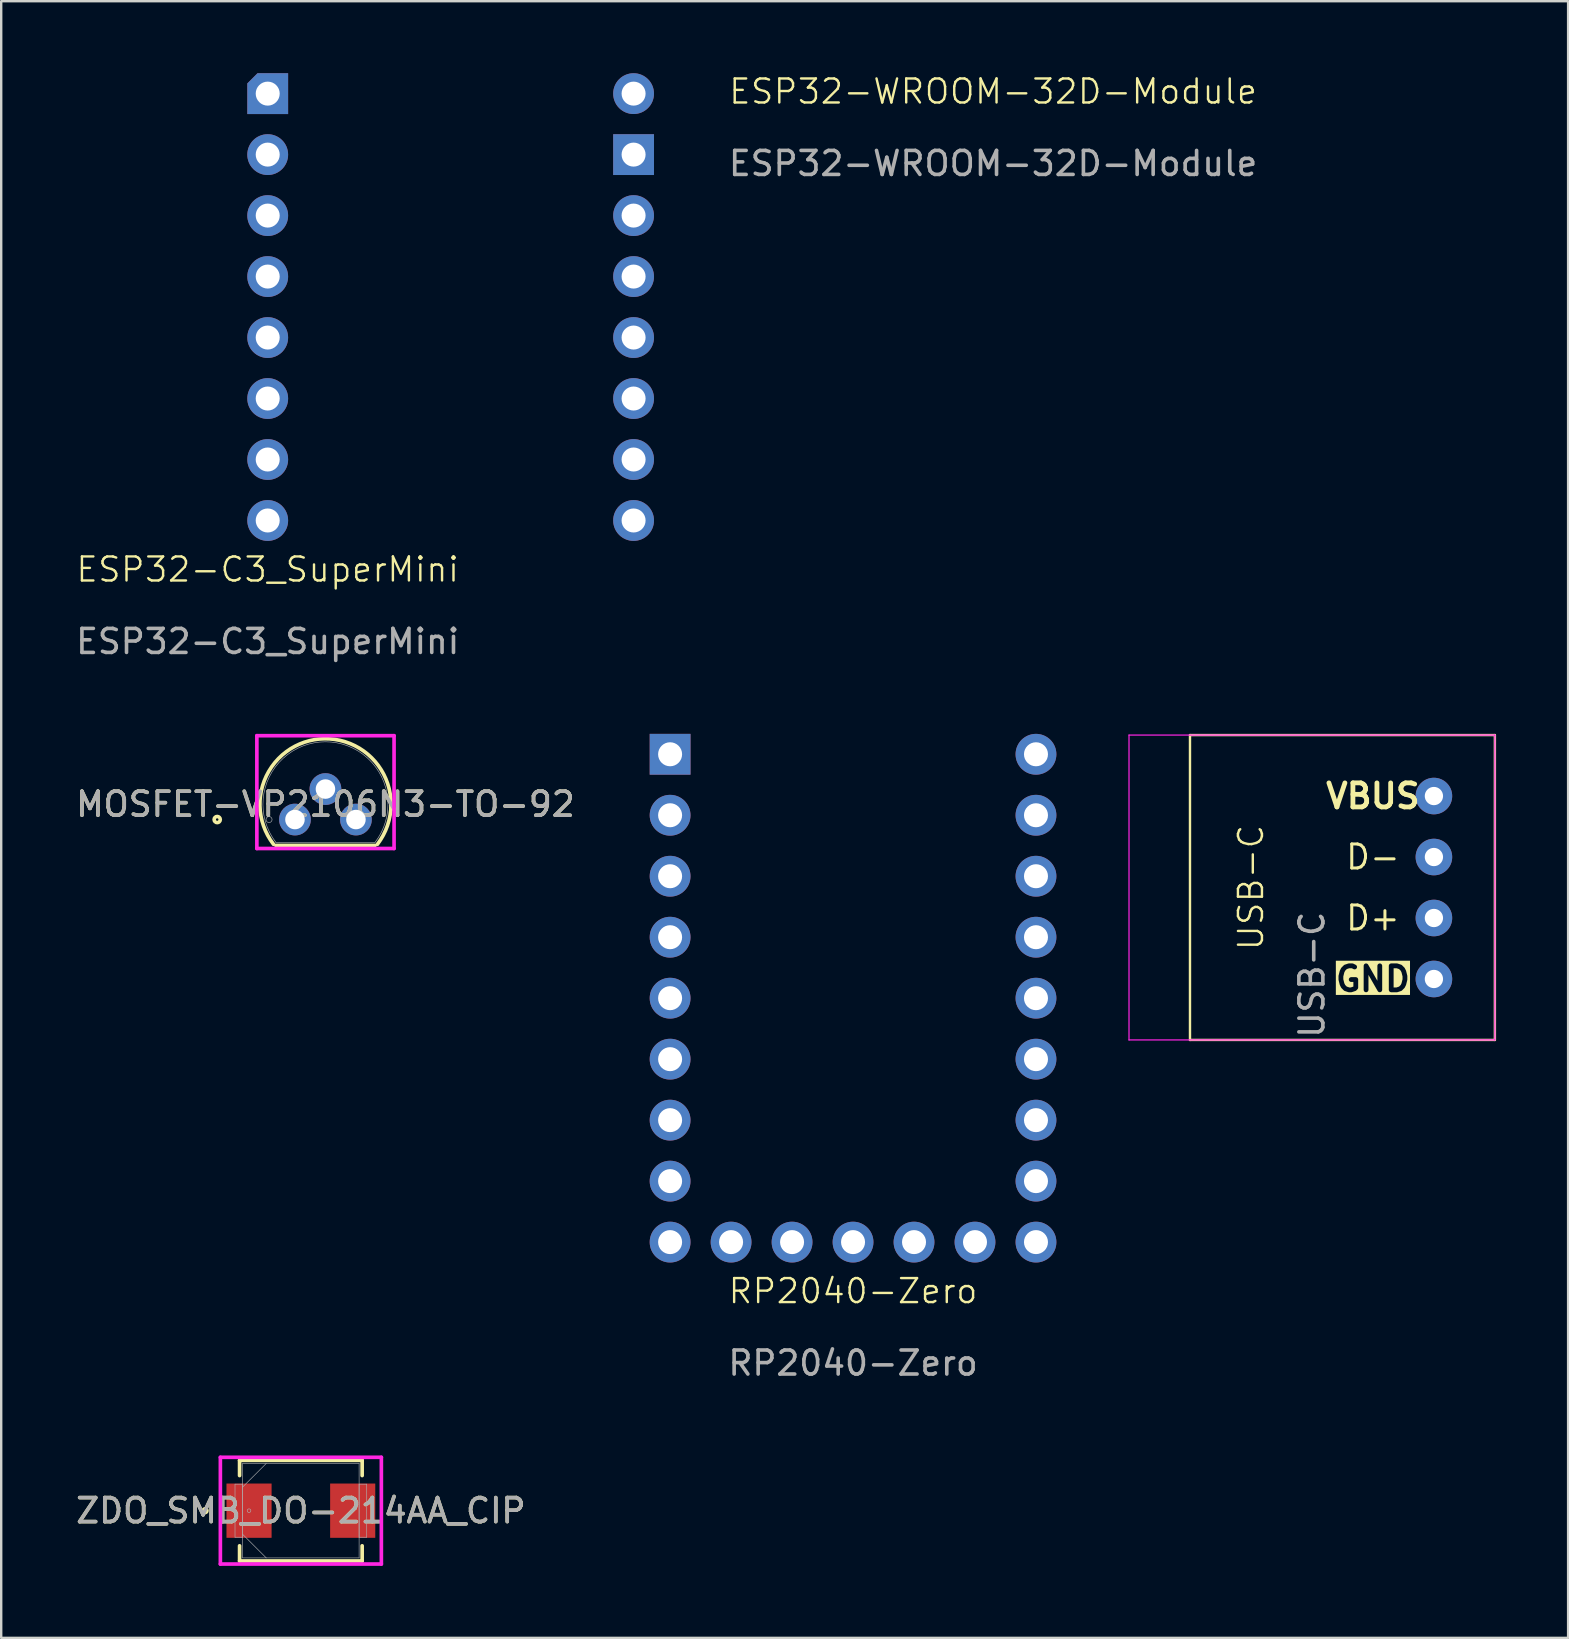
<source format=kicad_pcb>
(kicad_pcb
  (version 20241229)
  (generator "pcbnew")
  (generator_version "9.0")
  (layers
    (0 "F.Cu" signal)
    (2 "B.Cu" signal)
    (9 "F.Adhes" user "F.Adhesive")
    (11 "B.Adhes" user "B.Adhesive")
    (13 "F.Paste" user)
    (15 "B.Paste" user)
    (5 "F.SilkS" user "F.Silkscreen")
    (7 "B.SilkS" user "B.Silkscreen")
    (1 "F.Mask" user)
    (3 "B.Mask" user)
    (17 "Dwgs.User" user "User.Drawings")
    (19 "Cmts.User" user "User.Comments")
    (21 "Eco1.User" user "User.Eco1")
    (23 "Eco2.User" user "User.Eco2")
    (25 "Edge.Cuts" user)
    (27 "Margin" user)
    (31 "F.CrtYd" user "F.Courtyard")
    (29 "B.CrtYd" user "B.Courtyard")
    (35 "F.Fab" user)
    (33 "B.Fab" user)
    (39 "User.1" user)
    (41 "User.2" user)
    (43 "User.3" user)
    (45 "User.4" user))
  (footprint "ESP32-C3_SuperMini"
    (layer "F.Cu")
    (at 8.101 21.17)
    (property "Reference" "ESP32-C3_SuperMini" (at 0 -0.5 0) (unlocked yes) (layer "F.SilkS") (effects (font (size 1 1) (thickness 0.1))))
    (attr through_hole)
    (fp_text user "${REFERENCE}" (at 0 2.5 0) (unlocked yes) (layer "F.Fab") (effects (font (size 1 1) (thickness 0.15))))
    (pad "1" thru_hole roundrect (at 0 -20.32) (size 1.7 1.7) (drill 1) (layers "*.Cu" "*.Mask") (roundrect_rratio 0) (chamfer_ratio 0.25) (chamfer top_left))
    (pad "2" thru_hole oval (at 0 -17.78) (size 1.7 1.7) (drill 1) (layers "*.Cu" "*.Mask"))
    (pad "3" thru_hole oval (at 0 -15.24) (size 1.7 1.7) (drill 1) (layers "*.Cu" "*.Mask"))
    (pad "4" thru_hole oval (at 0 -12.7) (size 1.7 1.7) (drill 1) (layers "*.Cu" "*.Mask"))
    (pad "5" thru_hole oval (at 0 -10.16) (size 1.7 1.7) (drill 1) (layers "*.Cu" "*.Mask"))
    (pad "6" thru_hole oval (at 0 -7.62) (size 1.7 1.7) (drill 1) (layers "*.Cu" "*.Mask"))
    (pad "7" thru_hole oval (at 0 -5.08) (size 1.7 1.7) (drill 1) (layers "*.Cu" "*.Mask"))
    (pad "8" thru_hole oval (at 0 -2.54) (size 1.7 1.7) (drill 1) (layers "*.Cu" "*.Mask"))
    (pad "9" thru_hole oval (at 15.24 -2.54) (size 1.7 1.7) (drill 1) (layers "*.Cu" "*.Mask"))
    (pad "10" thru_hole oval (at 15.24 -5.08) (size 1.7 1.7) (drill 1) (layers "*.Cu" "*.Mask"))
    (pad "11" thru_hole oval (at 15.24 -7.62) (size 1.7 1.7) (drill 1) (layers "*.Cu" "*.Mask"))
    (pad "12" thru_hole oval (at 15.24 -10.16) (size 1.7 1.7) (drill 1) (layers "*.Cu" "*.Mask"))
    (pad "13" thru_hole oval (at 15.24 -12.7) (size 1.7 1.7) (drill 1) (layers "*.Cu" "*.Mask"))
    (pad "14" thru_hole oval (at 15.24 -15.24) (size 1.7 1.7) (drill 1) (layers "*.Cu" "*.Mask"))
    (pad "15" thru_hole rect (at 15.24 -17.78) (size 1.7 1.7) (drill 1) (layers "*.Cu" "*.Mask"))
    (pad "16" thru_hole oval (at 15.24 -20.32) (size 1.7 1.7) (drill 1) (layers "*.Cu" "*.Mask")))
  (footprint "ESP32-WROOM-32D-Module"
    (layer "F.Cu")
    (at 38.316 1.26)
    (property "Reference" "ESP32-WROOM-32D-Module" (at 0 -0.5 0) (unlocked yes) (layer "F.SilkS") (effects (font (size 1 1) (thickness 0.1))))
    (attr smd)
    (fp_text user "${REFERENCE}" (at 0 2.5 0) (unlocked yes) (layer "F.Fab") (effects (font (size 1 1) (thickness 0.15)))))
  (footprint "MOSFET-VP2106N3-TO-92"
    (layer "F.Cu")
    (at 9.236 31.087)
    (property "Reference" "MOSFET-VP2106N3-TO-92" (at 1.27 -0.635 0) (unlocked yes) (layer "F.SilkS") (effects (font (size 1 1) (thickness 0.15))))
    (attr through_hole)
    (fp_line (start -0.794 1.079) (end 3.334 1.079) (stroke (width 0.152) (type solid)) (layer "F.SilkS"))
    (fp_arc (start -0.894167 1.029936) (mid 0.39069 -3.220042) (end 4.0005 -0.635) (stroke (width 0.1524) (type solid)) (layer "F.SilkS"))
    (fp_arc (start 4.0005 -0.634999) (mid 3.855041 0.244313) (end 3.434164 1.02994) (stroke (width 0.1524) (type solid)) (layer "F.SilkS"))
    (fp_circle (center -3.239 0) (end -3.111 0) (stroke (width 0.152) (type solid)) (fill no) (layer "F.SilkS"))
    (fp_line (start -1.587 -3.493) (end 4.128 -3.493) (stroke (width 0.152) (type solid)) (layer "F.CrtYd"))
    (fp_line (start -1.587 1.206) (end -1.587 -3.493) (stroke (width 0.152) (type solid)) (layer "F.CrtYd"))
    (fp_line (start 4.128 -3.493) (end 4.128 1.206) (stroke (width 0.152) (type solid)) (layer "F.CrtYd"))
    (fp_line (start 4.128 1.206) (end -1.587 1.206) (stroke (width 0.152) (type solid)) (layer "F.CrtYd"))
    (fp_line (start -0.794 0.953) (end 3.334 0.953) (stroke (width 0.025) (type solid)) (layer "F.Fab"))
    (fp_line (start -0.254 0) (end 0.254 0) (stroke (width 0.152) (type solid)) (layer "F.Fab"))
    (fp_line (start 0 0.254) (end 0 -0.254) (stroke (width 0.152) (type solid)) (layer "F.Fab"))
    (fp_arc (start -0.793507 0.952499) (mid 1.270001 -3.2385) (end 3.333506 0.9525) (stroke (width 0.0254) (type solid)) (layer "F.Fab"))
    (fp_circle (center -1.079 0) (end -0.953 0) (stroke (width 0.025) (type solid)) (fill no) (layer "F.Fab"))
    (fp_text user "${REFERENCE}" (at 1.27 -0.635 0) (unlocked yes) (layer "F.Fab") (effects (font (size 1 1) (thickness 0.15))))
    (pad "1" thru_hole circle (at 0 0) (size 1.321 1.321) (drill 0.813) (layers "*.Cu" "*.Mask"))
    (pad "2" thru_hole circle (at 1.27 -1.27) (size 1.321 1.321) (drill 0.813) (layers "*.Cu" "*.Mask"))
    (pad "3" thru_hole circle (at 2.54 0) (size 1.321 1.321) (drill 0.813) (layers "*.Cu" "*.Mask")))
  (footprint "USB-C"
    (layer "F.Cu")
    (at 54.137 40.268)
    (property "Reference" "USB-C" (at -5.08 -6.35 90) (unlocked yes) (layer "F.SilkS") (effects (font (size 1 1) (thickness 0.1))))
    (attr through_hole)
    (fp_line (start -7.62 -12.7) (end -7.62 0) (stroke (width 0.1) (type default)) (layer "F.SilkS"))
    (fp_line (start -7.62 0) (end 5.08 0) (stroke (width 0.1) (type default)) (layer "F.SilkS"))
    (fp_line (start 5.08 -12.7) (end -7.62 -12.7) (stroke (width 0.1) (type default)) (layer "F.SilkS"))
    (fp_line (start 5.08 0) (end 5.08 -12.7) (stroke (width 0.1) (type default)) (layer "F.SilkS"))
    (fp_line (start -10.16 -12.7) (end -10.16 0) (stroke (width 0.05) (type default)) (layer "F.CrtYd"))
    (fp_line (start -10.16 0) (end 5.08 0) (stroke (width 0.05) (type default)) (layer "F.CrtYd"))
    (fp_line (start 5.08 -12.7) (end -10.16 -12.7) (stroke (width 0.05) (type default)) (layer "F.CrtYd"))
    (fp_line (start 5.08 0) (end 5.08 -12.7) (stroke (width 0.05) (type default)) (layer "F.CrtYd"))
    (fp_text user "D+" (at 0 -5.08 0) (unlocked yes) (layer "F.SilkS") (effects (font (size 1 1) (thickness 0.125))))
    (fp_text user "VBUS" (at 0 -10.16 0) (unlocked yes) (layer "F.SilkS") (effects (font (size 1 1) (thickness 0.2) (bold yes))))
    (fp_text user "GND" (at 0 -2.54 0) (unlocked yes) (layer "F.SilkS" knockout) (effects (font (size 1 1) (thickness 0.2) (bold yes))))
    (fp_text user "D-" (at 0 -7.62 0) (unlocked yes) (layer "F.SilkS") (effects (font (size 1 1) (thickness 0.125))))
    (fp_text user "${REFERENCE}" (at -2.54 0 90) (unlocked yes) (layer "F.Fab") (effects (font (size 1 1) (thickness 0.15)) (justify left)))
    (pad "D+" thru_hole circle (at 2.54 -5.08) (size 1.524 1.524) (drill 0.762) (layers "*.Cu" "*.Mask"))
    (pad "D-" thru_hole circle (at 2.54 -7.62) (size 1.524 1.524) (drill 0.762) (layers "*.Cu" "*.Mask"))
    (pad "GND" thru_hole circle (at 2.54 -2.54) (size 1.524 1.524) (drill 0.762) (layers "*.Cu" "*.Mask"))
    (pad "VBUS" thru_hole circle (at 2.54 -10.16) (size 1.524 1.524) (drill 0.762) (layers "*.Cu" "*.Mask")))
  (footprint "ZDO_SMB_DO-214AA_CIP"
    (layer "F.Cu")
    (at 9.482 59.875)
    (property "Reference" "ZDO_SMB_DO-214AA_CIP" (at 0 0 0) (unlocked yes) (layer "F.SilkS") (effects (font (size 1 1) (thickness 0.15))))
    (attr smd)
    (fp_line (start -2.553 -2.095) (end -2.553 -1.463) (stroke (width 0.152) (type solid)) (layer "F.SilkS"))
    (fp_line (start -2.553 1.463) (end -2.553 2.095) (stroke (width 0.152) (type solid)) (layer "F.SilkS"))
    (fp_line (start -2.553 2.095) (end 2.553 2.095) (stroke (width 0.152) (type solid)) (layer "F.SilkS"))
    (fp_line (start 2.553 -2.095) (end -2.553 -2.095) (stroke (width 0.152) (type solid)) (layer "F.SilkS"))
    (fp_line (start 2.553 -1.463) (end 2.553 -2.095) (stroke (width 0.152) (type solid)) (layer "F.SilkS"))
    (fp_line (start 2.553 2.095) (end 2.553 1.463) (stroke (width 0.152) (type solid)) (layer "F.SilkS"))
    (fp_circle (center -3.988 0) (end -3.912 0) (stroke (width 0.152) (type solid)) (fill no) (layer "F.SilkS"))
    (fp_line (start -3.353 -2.223) (end 3.353 -2.223) (stroke (width 0.152) (type solid)) (layer "F.CrtYd"))
    (fp_line (start -3.353 2.223) (end -3.353 -2.223) (stroke (width 0.152) (type solid)) (layer "F.CrtYd"))
    (fp_line (start 3.353 -2.223) (end 3.353 2.223) (stroke (width 0.152) (type solid)) (layer "F.CrtYd"))
    (fp_line (start 3.353 2.223) (end -3.353 2.223) (stroke (width 0.152) (type solid)) (layer "F.CrtYd"))
    (fp_line (start -2.743 -1.105) (end -2.743 1.105) (stroke (width 0.025) (type solid)) (layer "F.Fab"))
    (fp_line (start -2.743 1.105) (end -2.426 1.105) (stroke (width 0.025) (type solid)) (layer "F.Fab"))
    (fp_line (start -2.426 -1.968) (end -2.426 1.968) (stroke (width 0.025) (type solid)) (layer "F.Fab"))
    (fp_line (start -2.426 -1.105) (end -2.743 -1.105) (stroke (width 0.025) (type solid)) (layer "F.Fab"))
    (fp_line (start -2.426 -0.984) (end -1.441 -1.968) (stroke (width 0.025) (type solid)) (layer "F.Fab"))
    (fp_line (start -2.426 0.984) (end -1.441 1.968) (stroke (width 0.025) (type solid)) (layer "F.Fab"))
    (fp_line (start -2.426 1.105) (end -2.426 -1.105) (stroke (width 0.025) (type solid)) (layer "F.Fab"))
    (fp_line (start -2.426 1.968) (end 2.426 1.968) (stroke (width 0.025) (type solid)) (layer "F.Fab"))
    (fp_line (start 2.426 -1.968) (end -2.426 -1.968) (stroke (width 0.025) (type solid)) (layer "F.Fab"))
    (fp_line (start 2.426 -1.105) (end 2.426 1.105) (stroke (width 0.025) (type solid)) (layer "F.Fab"))
    (fp_line (start 2.426 1.105) (end 2.743 1.105) (stroke (width 0.025) (type solid)) (layer "F.Fab"))
    (fp_line (start 2.426 1.968) (end 2.426 -1.968) (stroke (width 0.025) (type solid)) (layer "F.Fab"))
    (fp_line (start 2.743 -1.105) (end 2.426 -1.105) (stroke (width 0.025) (type solid)) (layer "F.Fab"))
    (fp_line (start 2.743 1.105) (end 2.743 -1.105) (stroke (width 0.025) (type solid)) (layer "F.Fab"))
    (fp_circle (center -2.159 0) (end -2.083 0) (stroke (width 0.025) (type solid)) (fill no) (layer "F.Fab"))
    (fp_text user "${REFERENCE}" (at 0 0 0) (unlocked yes) (layer "F.Fab") (effects (font (size 1 1) (thickness 0.15))))
    (pad "1" smd rect (at -2.159 0) (size 1.88 2.261) (layers "F.Cu" "F.Mask" "F.Paste"))
    (pad "2" smd rect (at 2.159 0) (size 1.88 2.261) (layers "F.Cu" "F.Mask" "F.Paste"))
    (zone (net_name "") (layer "F.Cu") (hatch full 0.508) (connect_pads) (min_thickness 0.254) (filled_areas_thickness no) (keepout (tracks not_allowed) (vias not_allowed) (pads allowed) (copperpour not_allowed) (footprints allowed)) (placement (enabled no)) (fill) (polygon (pts (xy 8.314 57.958) (xy 10.651 57.958) (xy 10.651 61.793) (xy 8.314 61.793)))))
  (footprint "RP2040-Zero"
    (layer "F.Cu")
    (at 32.482 51.228)
    (property "Reference" "RP2040-Zero" (at 0 -0.5 0) (unlocked yes) (layer "F.SilkS") (effects (font (size 1 1) (thickness 0.1))))
    (attr through_hole)
    (fp_text user "${REFERENCE}" (at 0 2.5 0) (unlocked yes) (layer "F.Fab") (effects (font (size 1 1) (thickness 0.15))))
    (pad "1" thru_hole rect (at -7.62 -22.86 180) (size 1.7 1.7) (drill 1) (layers "*.Cu" "*.Mask"))
    (pad "2" thru_hole oval (at -7.62 -20.32 180) (size 1.7 1.7) (drill 1) (layers "*.Cu" "*.Mask"))
    (pad "3" thru_hole oval (at -7.62 -17.78 180) (size 1.7 1.7) (drill 1) (layers "*.Cu" "*.Mask"))
    (pad "4" thru_hole oval (at -7.62 -15.24 180) (size 1.7 1.7) (drill 1) (layers "*.Cu" "*.Mask"))
    (pad "5" thru_hole oval (at -7.62 -12.7 180) (size 1.7 1.7) (drill 1) (layers "*.Cu" "*.Mask"))
    (pad "6" thru_hole oval (at -7.62 -10.16 180) (size 1.7 1.7) (drill 1) (layers "*.Cu" "*.Mask"))
    (pad "7" thru_hole oval (at -7.62 -7.62 180) (size 1.7 1.7) (drill 1) (layers "*.Cu" "*.Mask"))
    (pad "8" thru_hole oval (at -7.62 -5.08 180) (size 1.7 1.7) (drill 1) (layers "*.Cu" "*.Mask"))
    (pad "9" thru_hole oval (at -7.62 -2.54 180) (size 1.7 1.7) (drill 1) (layers "*.Cu" "*.Mask"))
    (pad "10" thru_hole oval (at -5.08 -2.54 180) (size 1.7 1.7) (drill 1) (layers "*.Cu" "*.Mask"))
    (pad "11" thru_hole oval (at -2.54 -2.54 180) (size 1.7 1.7) (drill 1) (layers "*.Cu" "*.Mask"))
    (pad "12" thru_hole oval (at 0 -2.54 180) (size 1.7 1.7) (drill 1) (layers "*.Cu" "*.Mask"))
    (pad "13" thru_hole oval (at 2.54 -2.54 180) (size 1.7 1.7) (drill 1) (layers "*.Cu" "*.Mask"))
    (pad "14" thru_hole oval (at 5.08 -2.54 180) (size 1.7 1.7) (drill 1) (layers "*.Cu" "*.Mask"))
    (pad "15" thru_hole oval (at 7.62 -2.54 180) (size 1.7 1.7) (drill 1) (layers "*.Cu" "*.Mask"))
    (pad "16" thru_hole oval (at 7.62 -5.08 180) (size 1.7 1.7) (drill 1) (layers "*.Cu" "*.Mask"))
    (pad "17" thru_hole oval (at 7.62 -7.62 180) (size 1.7 1.7) (drill 1) (layers "*.Cu" "*.Mask"))
    (pad "18" thru_hole oval (at 7.62 -10.16 180) (size 1.7 1.7) (drill 1) (layers "*.Cu" "*.Mask"))
    (pad "19" thru_hole oval (at 7.62 -12.7 180) (size 1.7 1.7) (drill 1) (layers "*.Cu" "*.Mask"))
    (pad "20" thru_hole oval (at 7.62 -15.24 180) (size 1.7 1.7) (drill 1) (layers "*.Cu" "*.Mask"))
    (pad "21" thru_hole oval (at 7.62 -17.78 180) (size 1.7 1.7) (drill 1) (layers "*.Cu" "*.Mask"))
    (pad "22" thru_hole oval (at 7.62 -20.32 180) (size 1.7 1.7) (drill 1) (layers "*.Cu" "*.Mask"))
    (pad "23" thru_hole oval (at 7.62 -22.86 180) (size 1.7 1.7) (drill 1) (layers "*.Cu" "*.Mask")))
  (gr_rect
    (start -3 -3)
    (end 62.267 65.174)
    (stroke (width 0.1) (type default))
    (fill no)
    (layer "Edge.Cuts")))
</source>
